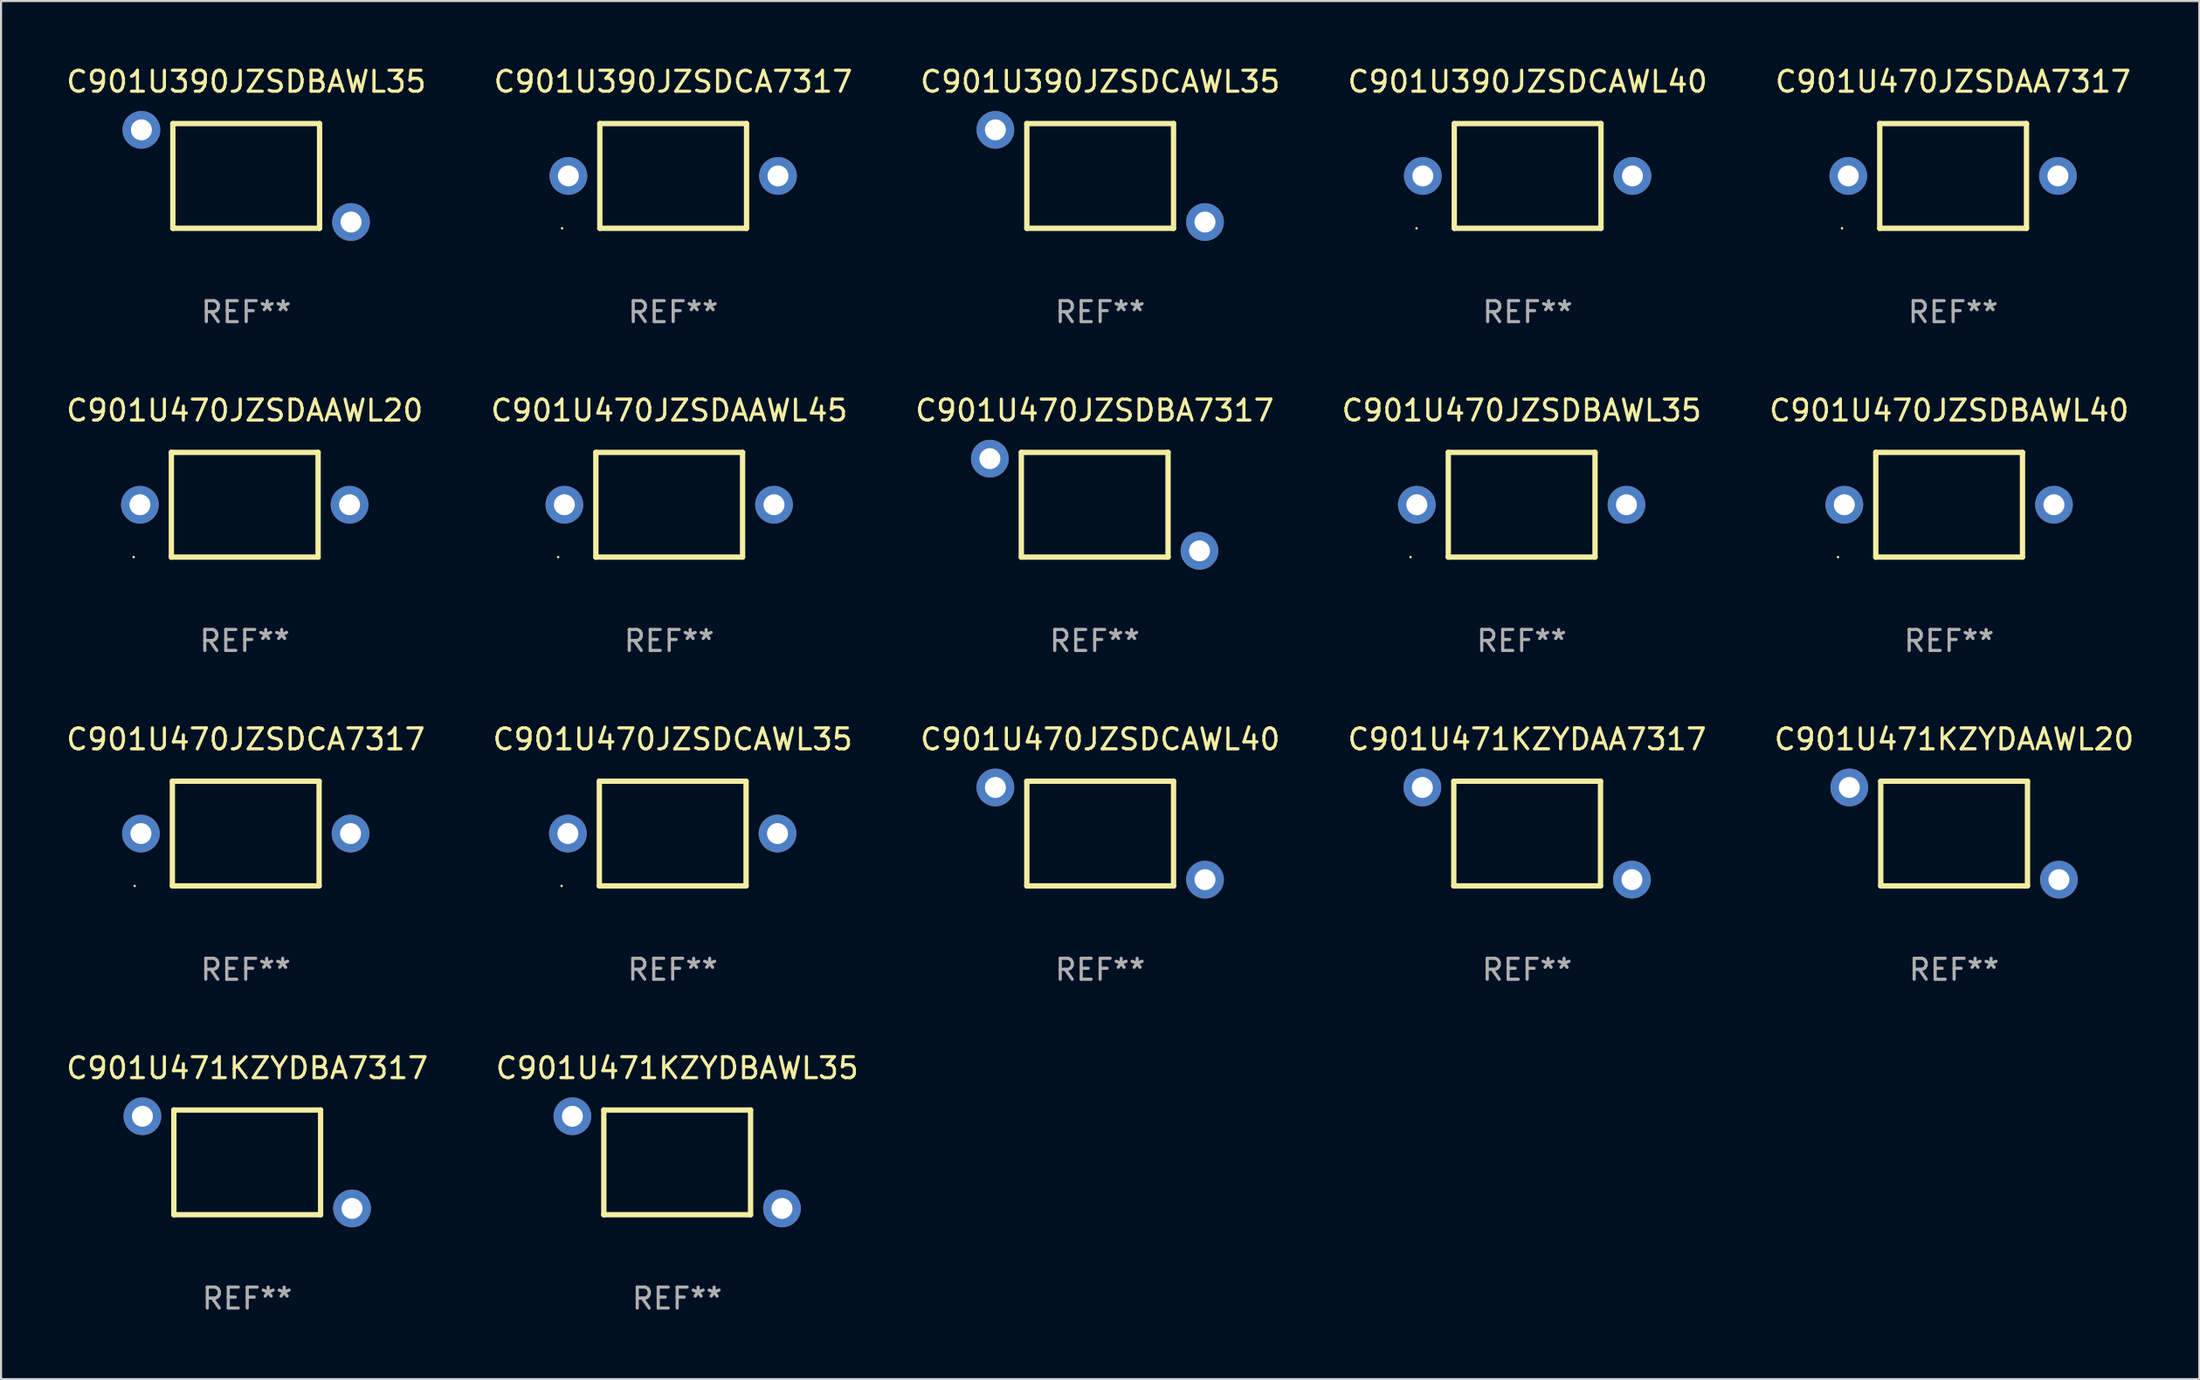
<source format=kicad_pcb>
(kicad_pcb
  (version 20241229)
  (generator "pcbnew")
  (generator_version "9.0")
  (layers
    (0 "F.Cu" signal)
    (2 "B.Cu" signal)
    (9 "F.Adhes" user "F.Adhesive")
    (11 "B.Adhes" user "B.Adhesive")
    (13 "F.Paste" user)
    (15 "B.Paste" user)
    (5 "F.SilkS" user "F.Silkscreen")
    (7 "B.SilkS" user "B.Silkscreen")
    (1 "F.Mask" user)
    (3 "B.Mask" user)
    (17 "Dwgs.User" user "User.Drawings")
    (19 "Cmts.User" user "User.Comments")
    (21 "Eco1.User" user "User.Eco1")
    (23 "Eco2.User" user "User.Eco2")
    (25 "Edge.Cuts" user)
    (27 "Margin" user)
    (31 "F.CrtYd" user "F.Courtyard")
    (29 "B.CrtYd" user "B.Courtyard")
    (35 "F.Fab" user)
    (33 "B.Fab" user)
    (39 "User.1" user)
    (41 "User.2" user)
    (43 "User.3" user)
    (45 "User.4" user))
  (footprint "C901U390JZSDCA7317"
    (layer "F.Cu")
    (at 29.065 5.348)
    (property "Reference" "C901U390JZSDCA7317" (at 0 -4.499 0) (layer "F.SilkS") (effects (font (size 1 1) (thickness 0.15))))
    (attr through_hole)
    (fp_line (start -3.5 -2.499) (end 3.5 -2.499) (stroke (width 0.254) (type solid)) (layer "F.SilkS"))
    (fp_line (start -3.5 2.499) (end -3.5 -2.499) (stroke (width 0.254) (type solid)) (layer "F.SilkS"))
    (fp_line (start 3.5 -2.499) (end 3.5 2.499) (stroke (width 0.254) (type solid)) (layer "F.SilkS"))
    (fp_line (start 3.5 2.499) (end -3.5 2.499) (stroke (width 0.254) (type solid)) (layer "F.SilkS"))
    (fp_circle (center -5.3 2.5) (end -5.27 2.5) (stroke (width 0.06) (type solid)) (fill no) (layer "F.SilkS"))
    (fp_text user "REF**" (at 0 6.499 0) (layer "F.Fab") (effects (font (size 1 1) (thickness 0.15))))
    (pad "1" thru_hole circle (at -5 0) (size 1.8 1.8) (drill 1) (layers "*.Cu" "*.Mask"))
    (pad "2" thru_hole circle (at 5 0) (size 1.8 1.8) (drill 1) (layers "*.Cu" "*.Mask")))
  (footprint "C901U470JZSDBAWL40"
    (layer "F.Cu")
    (at 89.935 21.043)
    (property "Reference" "C901U470JZSDBAWL40" (at 0 -4.499 0) (layer "F.SilkS") (effects (font (size 1 1) (thickness 0.15))))
    (attr through_hole)
    (fp_line (start -3.5 -2.499) (end 3.5 -2.499) (stroke (width 0.254) (type solid)) (layer "F.SilkS"))
    (fp_line (start -3.5 2.499) (end -3.5 -2.499) (stroke (width 0.254) (type solid)) (layer "F.SilkS"))
    (fp_line (start 3.5 -2.499) (end 3.5 2.499) (stroke (width 0.254) (type solid)) (layer "F.SilkS"))
    (fp_line (start 3.5 2.499) (end -3.5 2.499) (stroke (width 0.254) (type solid)) (layer "F.SilkS"))
    (fp_circle (center -5.3 2.5) (end -5.27 2.5) (stroke (width 0.06) (type solid)) (fill no) (layer "F.SilkS"))
    (fp_text user "REF**" (at 0 6.499 0) (layer "F.Fab") (effects (font (size 1 1) (thickness 0.15))))
    (pad "1" thru_hole circle (at -5 0) (size 1.8 1.8) (drill 1) (layers "*.Cu" "*.Mask"))
    (pad "2" thru_hole circle (at 5 0) (size 1.8 1.8) (drill 1) (layers "*.Cu" "*.Mask")))
  (footprint "C901U390JZSDCAWL40"
    (layer "F.Cu")
    (at 69.827 5.348)
    (property "Reference" "C901U390JZSDCAWL40" (at 0 -4.499 0) (layer "F.SilkS") (effects (font (size 1 1) (thickness 0.15))))
    (attr through_hole)
    (fp_line (start -3.5 -2.499) (end 3.5 -2.499) (stroke (width 0.254) (type solid)) (layer "F.SilkS"))
    (fp_line (start -3.5 2.499) (end -3.5 -2.499) (stroke (width 0.254) (type solid)) (layer "F.SilkS"))
    (fp_line (start 3.5 -2.499) (end 3.5 2.499) (stroke (width 0.254) (type solid)) (layer "F.SilkS"))
    (fp_line (start 3.5 2.499) (end -3.5 2.499) (stroke (width 0.254) (type solid)) (layer "F.SilkS"))
    (fp_circle (center -5.3 2.5) (end -5.27 2.5) (stroke (width 0.06) (type solid)) (fill no) (layer "F.SilkS"))
    (fp_text user "REF**" (at 0 6.499 0) (layer "F.Fab") (effects (font (size 1 1) (thickness 0.15))))
    (pad "1" thru_hole circle (at -5 0) (size 1.8 1.8) (drill 1) (layers "*.Cu" "*.Mask"))
    (pad "2" thru_hole circle (at 5 0) (size 1.8 1.8) (drill 1) (layers "*.Cu" "*.Mask")))
  (footprint "C901U470JZSDCAWL35"
    (layer "F.Cu")
    (at 29.042 36.738)
    (property "Reference" "C901U470JZSDCAWL35" (at 0 -4.499 0) (layer "F.SilkS") (effects (font (size 1 1) (thickness 0.15))))
    (attr through_hole)
    (fp_line (start -3.5 -2.499) (end 3.5 -2.499) (stroke (width 0.254) (type solid)) (layer "F.SilkS"))
    (fp_line (start -3.5 2.499) (end -3.5 -2.499) (stroke (width 0.254) (type solid)) (layer "F.SilkS"))
    (fp_line (start 3.5 -2.499) (end 3.5 2.499) (stroke (width 0.254) (type solid)) (layer "F.SilkS"))
    (fp_line (start 3.5 2.499) (end -3.5 2.499) (stroke (width 0.254) (type solid)) (layer "F.SilkS"))
    (fp_circle (center -5.3 2.5) (end -5.27 2.5) (stroke (width 0.06) (type solid)) (fill no) (layer "F.SilkS"))
    (fp_text user "REF**" (at 0 6.499 0) (layer "F.Fab") (effects (font (size 1 1) (thickness 0.15))))
    (pad "1" thru_hole circle (at -5 0) (size 1.8 1.8) (drill 1) (layers "*.Cu" "*.Mask"))
    (pad "2" thru_hole circle (at 5 0) (size 1.8 1.8) (drill 1) (layers "*.Cu" "*.Mask")))
  (footprint "C901U471KZYDBA7317"
    (layer "F.Cu")
    (at 8.744 52.433)
    (property "Reference" "C901U471KZYDBA7317" (at 0 -4.499 0) (layer "F.SilkS") (effects (font (size 1 1) (thickness 0.15))))
    (attr through_hole)
    (fp_line (start -3.5 -2.499) (end -3.5 2.499) (stroke (width 0.254) (type solid)) (layer "F.SilkS"))
    (fp_line (start -3.5 2.499) (end 3.5 2.499) (stroke (width 0.254) (type solid)) (layer "F.SilkS"))
    (fp_line (start 3.5 -2.499) (end -3.5 -2.499) (stroke (width 0.254) (type solid)) (layer "F.SilkS"))
    (fp_line (start 3.5 2.499) (end 3.5 -2.499) (stroke (width 0.254) (type solid)) (layer "F.SilkS"))
    (fp_circle (center -5.3 -2.502) (end -5.27 -2.502) (stroke (width 0.06) (type solid)) (fill no) (layer "F.SilkS"))
    (fp_text user "REF**" (at 0 6.499 0) (layer "F.Fab") (effects (font (size 1 1) (thickness 0.15))))
    (pad "1" thru_hole circle (at -5 -2.2) (size 1.8 1.8) (drill 1) (layers "*.Cu" "*.Mask"))
    (pad "2" thru_hole circle (at 5 2.2) (size 1.8 1.8) (drill 1) (layers "*.Cu" "*.Mask")))
  (footprint "C901U470JZSDAA7317"
    (layer "F.Cu")
    (at 90.125 5.348)
    (property "Reference" "C901U470JZSDAA7317" (at 0 -4.499 0) (layer "F.SilkS") (effects (font (size 1 1) (thickness 0.15))))
    (attr through_hole)
    (fp_line (start -3.5 -2.499) (end 3.5 -2.499) (stroke (width 0.254) (type solid)) (layer "F.SilkS"))
    (fp_line (start -3.5 2.499) (end -3.5 -2.499) (stroke (width 0.254) (type solid)) (layer "F.SilkS"))
    (fp_line (start 3.5 -2.499) (end 3.5 2.499) (stroke (width 0.254) (type solid)) (layer "F.SilkS"))
    (fp_line (start 3.5 2.499) (end -3.5 2.499) (stroke (width 0.254) (type solid)) (layer "F.SilkS"))
    (fp_circle (center -5.3 2.5) (end -5.27 2.5) (stroke (width 0.06) (type solid)) (fill no) (layer "F.SilkS"))
    (fp_text user "REF**" (at 0 6.499 0) (layer "F.Fab") (effects (font (size 1 1) (thickness 0.15))))
    (pad "1" thru_hole circle (at -5 0) (size 1.8 1.8) (drill 1) (layers "*.Cu" "*.Mask"))
    (pad "2" thru_hole circle (at 5 0) (size 1.8 1.8) (drill 1) (layers "*.Cu" "*.Mask")))
  (footprint "C901U390JZSDBAWL35"
    (layer "F.Cu")
    (at 8.696 5.348)
    (property "Reference" "C901U390JZSDBAWL35" (at 0 -4.499 0) (layer "F.SilkS") (effects (font (size 1 1) (thickness 0.15))))
    (attr through_hole)
    (fp_line (start -3.5 -2.499) (end -3.5 2.499) (stroke (width 0.254) (type solid)) (layer "F.SilkS"))
    (fp_line (start -3.5 2.499) (end 3.5 2.499) (stroke (width 0.254) (type solid)) (layer "F.SilkS"))
    (fp_line (start 3.5 -2.499) (end -3.5 -2.499) (stroke (width 0.254) (type solid)) (layer "F.SilkS"))
    (fp_line (start 3.5 2.499) (end 3.5 -2.499) (stroke (width 0.254) (type solid)) (layer "F.SilkS"))
    (fp_circle (center -5.3 -2.502) (end -5.27 -2.502) (stroke (width 0.06) (type solid)) (fill no) (layer "F.SilkS"))
    (fp_text user "REF**" (at 0 6.499 0) (layer "F.Fab") (effects (font (size 1 1) (thickness 0.15))))
    (pad "1" thru_hole circle (at -5 -2.2) (size 1.8 1.8) (drill 1) (layers "*.Cu" "*.Mask"))
    (pad "2" thru_hole circle (at 5 2.2) (size 1.8 1.8) (drill 1) (layers "*.Cu" "*.Mask")))
  (footprint "C901U470JZSDBAWL35"
    (layer "F.Cu")
    (at 69.542 21.043)
    (property "Reference" "C901U470JZSDBAWL35" (at 0 -4.499 0) (layer "F.SilkS") (effects (font (size 1 1) (thickness 0.15))))
    (attr through_hole)
    (fp_line (start -3.5 -2.499) (end 3.5 -2.499) (stroke (width 0.254) (type solid)) (layer "F.SilkS"))
    (fp_line (start -3.5 2.499) (end -3.5 -2.499) (stroke (width 0.254) (type solid)) (layer "F.SilkS"))
    (fp_line (start 3.5 -2.499) (end 3.5 2.499) (stroke (width 0.254) (type solid)) (layer "F.SilkS"))
    (fp_line (start 3.5 2.499) (end -3.5 2.499) (stroke (width 0.254) (type solid)) (layer "F.SilkS"))
    (fp_circle (center -5.3 2.5) (end -5.27 2.5) (stroke (width 0.06) (type solid)) (fill no) (layer "F.SilkS"))
    (fp_text user "REF**" (at 0 6.499 0) (layer "F.Fab") (effects (font (size 1 1) (thickness 0.15))))
    (pad "1" thru_hole circle (at -5 0) (size 1.8 1.8) (drill 1) (layers "*.Cu" "*.Mask"))
    (pad "2" thru_hole circle (at 5 0) (size 1.8 1.8) (drill 1) (layers "*.Cu" "*.Mask")))
  (footprint "C901U471KZYDBAWL35"
    (layer "F.Cu")
    (at 29.256 52.433)
    (property "Reference" "C901U471KZYDBAWL35" (at 0 -4.499 0) (layer "F.SilkS") (effects (font (size 1 1) (thickness 0.15))))
    (attr through_hole)
    (fp_line (start -3.5 -2.499) (end -3.5 2.499) (stroke (width 0.254) (type solid)) (layer "F.SilkS"))
    (fp_line (start -3.5 2.499) (end 3.5 2.499) (stroke (width 0.254) (type solid)) (layer "F.SilkS"))
    (fp_line (start 3.5 -2.499) (end -3.5 -2.499) (stroke (width 0.254) (type solid)) (layer "F.SilkS"))
    (fp_line (start 3.5 2.499) (end 3.5 -2.499) (stroke (width 0.254) (type solid)) (layer "F.SilkS"))
    (fp_circle (center -5.3 -2.502) (end -5.27 -2.502) (stroke (width 0.06) (type solid)) (fill no) (layer "F.SilkS"))
    (fp_text user "REF**" (at 0 6.499 0) (layer "F.Fab") (effects (font (size 1 1) (thickness 0.15))))
    (pad "1" thru_hole circle (at -5 -2.2) (size 1.8 1.8) (drill 1) (layers "*.Cu" "*.Mask"))
    (pad "2" thru_hole circle (at 5 2.2) (size 1.8 1.8) (drill 1) (layers "*.Cu" "*.Mask")))
  (footprint "C901U471KZYDAA7317"
    (layer "F.Cu")
    (at 69.804 36.738)
    (property "Reference" "C901U471KZYDAA7317" (at 0 -4.499 0) (layer "F.SilkS") (effects (font (size 1 1) (thickness 0.15))))
    (attr through_hole)
    (fp_line (start -3.5 -2.499) (end -3.5 2.499) (stroke (width 0.254) (type solid)) (layer "F.SilkS"))
    (fp_line (start -3.5 2.499) (end 3.5 2.499) (stroke (width 0.254) (type solid)) (layer "F.SilkS"))
    (fp_line (start 3.5 -2.499) (end -3.5 -2.499) (stroke (width 0.254) (type solid)) (layer "F.SilkS"))
    (fp_line (start 3.5 2.499) (end 3.5 -2.499) (stroke (width 0.254) (type solid)) (layer "F.SilkS"))
    (fp_circle (center -5.3 -2.502) (end -5.27 -2.502) (stroke (width 0.06) (type solid)) (fill no) (layer "F.SilkS"))
    (fp_text user "REF**" (at 0 6.499 0) (layer "F.Fab") (effects (font (size 1 1) (thickness 0.15))))
    (pad "1" thru_hole circle (at -5 -2.2) (size 1.8 1.8) (drill 1) (layers "*.Cu" "*.Mask"))
    (pad "2" thru_hole circle (at 5 2.2) (size 1.8 1.8) (drill 1) (layers "*.Cu" "*.Mask")))
  (footprint "C901U470JZSDBA7317"
    (layer "F.Cu")
    (at 49.173 21.043)
    (property "Reference" "C901U470JZSDBA7317" (at 0 -4.499 0) (layer "F.SilkS") (effects (font (size 1 1) (thickness 0.15))))
    (attr through_hole)
    (fp_line (start -3.5 -2.499) (end -3.5 2.499) (stroke (width 0.254) (type solid)) (layer "F.SilkS"))
    (fp_line (start -3.5 2.499) (end 3.5 2.499) (stroke (width 0.254) (type solid)) (layer "F.SilkS"))
    (fp_line (start 3.5 -2.499) (end -3.5 -2.499) (stroke (width 0.254) (type solid)) (layer "F.SilkS"))
    (fp_line (start 3.5 2.499) (end 3.5 -2.499) (stroke (width 0.254) (type solid)) (layer "F.SilkS"))
    (fp_circle (center -5.3 -2.502) (end -5.27 -2.502) (stroke (width 0.06) (type solid)) (fill no) (layer "F.SilkS"))
    (fp_text user "REF**" (at 0 6.499 0) (layer "F.Fab") (effects (font (size 1 1) (thickness 0.15))))
    (pad "1" thru_hole circle (at -5 -2.2) (size 1.8 1.8) (drill 1) (layers "*.Cu" "*.Mask"))
    (pad "2" thru_hole circle (at 5 2.2) (size 1.8 1.8) (drill 1) (layers "*.Cu" "*.Mask")))
  (footprint "C901U470JZSDCA7317"
    (layer "F.Cu")
    (at 8.673 36.738)
    (property "Reference" "C901U470JZSDCA7317" (at 0 -4.499 0) (layer "F.SilkS") (effects (font (size 1 1) (thickness 0.15))))
    (attr through_hole)
    (fp_line (start -3.5 -2.499) (end 3.5 -2.499) (stroke (width 0.254) (type solid)) (layer "F.SilkS"))
    (fp_line (start -3.5 2.499) (end -3.5 -2.499) (stroke (width 0.254) (type solid)) (layer "F.SilkS"))
    (fp_line (start 3.5 -2.499) (end 3.5 2.499) (stroke (width 0.254) (type solid)) (layer "F.SilkS"))
    (fp_line (start 3.5 2.499) (end -3.5 2.499) (stroke (width 0.254) (type solid)) (layer "F.SilkS"))
    (fp_circle (center -5.3 2.5) (end -5.27 2.5) (stroke (width 0.06) (type solid)) (fill no) (layer "F.SilkS"))
    (fp_text user "REF**" (at 0 6.499 0) (layer "F.Fab") (effects (font (size 1 1) (thickness 0.15))))
    (pad "1" thru_hole circle (at -5 0) (size 1.8 1.8) (drill 1) (layers "*.Cu" "*.Mask"))
    (pad "2" thru_hole circle (at 5 0) (size 1.8 1.8) (drill 1) (layers "*.Cu" "*.Mask")))
  (footprint "C901U470JZSDCAWL40"
    (layer "F.Cu")
    (at 49.435 36.738)
    (property "Reference" "C901U470JZSDCAWL40" (at 0 -4.499 0) (layer "F.SilkS") (effects (font (size 1 1) (thickness 0.15))))
    (attr through_hole)
    (fp_line (start -3.5 -2.499) (end -3.5 2.499) (stroke (width 0.254) (type solid)) (layer "F.SilkS"))
    (fp_line (start -3.5 2.499) (end 3.5 2.499) (stroke (width 0.254) (type solid)) (layer "F.SilkS"))
    (fp_line (start 3.5 -2.499) (end -3.5 -2.499) (stroke (width 0.254) (type solid)) (layer "F.SilkS"))
    (fp_line (start 3.5 2.499) (end 3.5 -2.499) (stroke (width 0.254) (type solid)) (layer "F.SilkS"))
    (fp_circle (center -5.3 -2.502) (end -5.27 -2.502) (stroke (width 0.06) (type solid)) (fill no) (layer "F.SilkS"))
    (fp_text user "REF**" (at 0 6.499 0) (layer "F.Fab") (effects (font (size 1 1) (thickness 0.15))))
    (pad "1" thru_hole circle (at -5 -2.2) (size 1.8 1.8) (drill 1) (layers "*.Cu" "*.Mask"))
    (pad "2" thru_hole circle (at 5 2.2) (size 1.8 1.8) (drill 1) (layers "*.Cu" "*.Mask")))
  (footprint "C901U471KZYDAAWL20"
    (layer "F.Cu")
    (at 90.173 36.738)
    (property "Reference" "C901U471KZYDAAWL20" (at 0 -4.499 0) (layer "F.SilkS") (effects (font (size 1 1) (thickness 0.15))))
    (attr through_hole)
    (fp_line (start -3.5 -2.499) (end -3.5 2.499) (stroke (width 0.254) (type solid)) (layer "F.SilkS"))
    (fp_line (start -3.5 2.499) (end 3.5 2.499) (stroke (width 0.254) (type solid)) (layer "F.SilkS"))
    (fp_line (start 3.5 -2.499) (end -3.5 -2.499) (stroke (width 0.254) (type solid)) (layer "F.SilkS"))
    (fp_line (start 3.5 2.499) (end 3.5 -2.499) (stroke (width 0.254) (type solid)) (layer "F.SilkS"))
    (fp_circle (center -5.3 -2.502) (end -5.27 -2.502) (stroke (width 0.06) (type solid)) (fill no) (layer "F.SilkS"))
    (fp_text user "REF**" (at 0 6.499 0) (layer "F.Fab") (effects (font (size 1 1) (thickness 0.15))))
    (pad "1" thru_hole circle (at -5 -2.2) (size 1.8 1.8) (drill 1) (layers "*.Cu" "*.Mask"))
    (pad "2" thru_hole circle (at 5 2.2) (size 1.8 1.8) (drill 1) (layers "*.Cu" "*.Mask")))
  (footprint "C901U470JZSDAAWL20"
    (layer "F.Cu")
    (at 8.625 21.043)
    (property "Reference" "C901U470JZSDAAWL20" (at 0 -4.499 0) (layer "F.SilkS") (effects (font (size 1 1) (thickness 0.15))))
    (attr through_hole)
    (fp_line (start -3.5 -2.499) (end 3.5 -2.499) (stroke (width 0.254) (type solid)) (layer "F.SilkS"))
    (fp_line (start -3.5 2.499) (end -3.5 -2.499) (stroke (width 0.254) (type solid)) (layer "F.SilkS"))
    (fp_line (start 3.5 -2.499) (end 3.5 2.499) (stroke (width 0.254) (type solid)) (layer "F.SilkS"))
    (fp_line (start 3.5 2.499) (end -3.5 2.499) (stroke (width 0.254) (type solid)) (layer "F.SilkS"))
    (fp_circle (center -5.3 2.5) (end -5.27 2.5) (stroke (width 0.06) (type solid)) (fill no) (layer "F.SilkS"))
    (fp_text user "REF**" (at 0 6.499 0) (layer "F.Fab") (effects (font (size 1 1) (thickness 0.15))))
    (pad "1" thru_hole circle (at -5 0) (size 1.8 1.8) (drill 1) (layers "*.Cu" "*.Mask"))
    (pad "2" thru_hole circle (at 5 0) (size 1.8 1.8) (drill 1) (layers "*.Cu" "*.Mask")))
  (footprint "C901U470JZSDAAWL45"
    (layer "F.Cu")
    (at 28.875 21.043)
    (property "Reference" "C901U470JZSDAAWL45" (at 0 -4.499 0) (layer "F.SilkS") (effects (font (size 1 1) (thickness 0.15))))
    (attr through_hole)
    (fp_line (start -3.5 -2.499) (end 3.5 -2.499) (stroke (width 0.254) (type solid)) (layer "F.SilkS"))
    (fp_line (start -3.5 2.499) (end -3.5 -2.499) (stroke (width 0.254) (type solid)) (layer "F.SilkS"))
    (fp_line (start 3.5 -2.499) (end 3.5 2.499) (stroke (width 0.254) (type solid)) (layer "F.SilkS"))
    (fp_line (start 3.5 2.499) (end -3.5 2.499) (stroke (width 0.254) (type solid)) (layer "F.SilkS"))
    (fp_circle (center -5.3 2.5) (end -5.27 2.5) (stroke (width 0.06) (type solid)) (fill no) (layer "F.SilkS"))
    (fp_text user "REF**" (at 0 6.499 0) (layer "F.Fab") (effects (font (size 1 1) (thickness 0.15))))
    (pad "1" thru_hole circle (at -5 0) (size 1.8 1.8) (drill 1) (layers "*.Cu" "*.Mask"))
    (pad "2" thru_hole circle (at 5 0) (size 1.8 1.8) (drill 1) (layers "*.Cu" "*.Mask")))
  (footprint "C901U390JZSDCAWL35"
    (layer "F.Cu")
    (at 49.435 5.348)
    (property "Reference" "C901U390JZSDCAWL35" (at 0 -4.499 0) (layer "F.SilkS") (effects (font (size 1 1) (thickness 0.15))))
    (attr through_hole)
    (fp_line (start -3.5 -2.499) (end -3.5 2.499) (stroke (width 0.254) (type solid)) (layer "F.SilkS"))
    (fp_line (start -3.5 2.499) (end 3.5 2.499) (stroke (width 0.254) (type solid)) (layer "F.SilkS"))
    (fp_line (start 3.5 -2.499) (end -3.5 -2.499) (stroke (width 0.254) (type solid)) (layer "F.SilkS"))
    (fp_line (start 3.5 2.499) (end 3.5 -2.499) (stroke (width 0.254) (type solid)) (layer "F.SilkS"))
    (fp_circle (center -5.3 -2.502) (end -5.27 -2.502) (stroke (width 0.06) (type solid)) (fill no) (layer "F.SilkS"))
    (fp_text user "REF**" (at 0 6.499 0) (layer "F.Fab") (effects (font (size 1 1) (thickness 0.15))))
    (pad "1" thru_hole circle (at -5 -2.2) (size 1.8 1.8) (drill 1) (layers "*.Cu" "*.Mask"))
    (pad "2" thru_hole circle (at 5 2.2) (size 1.8 1.8) (drill 1) (layers "*.Cu" "*.Mask")))
  (gr_rect
    (start -3 -3)
    (end 101.869 62.781)
    (stroke (width 0.1) (type default))
    (fill no)
    (layer "Edge.Cuts")))
</source>
